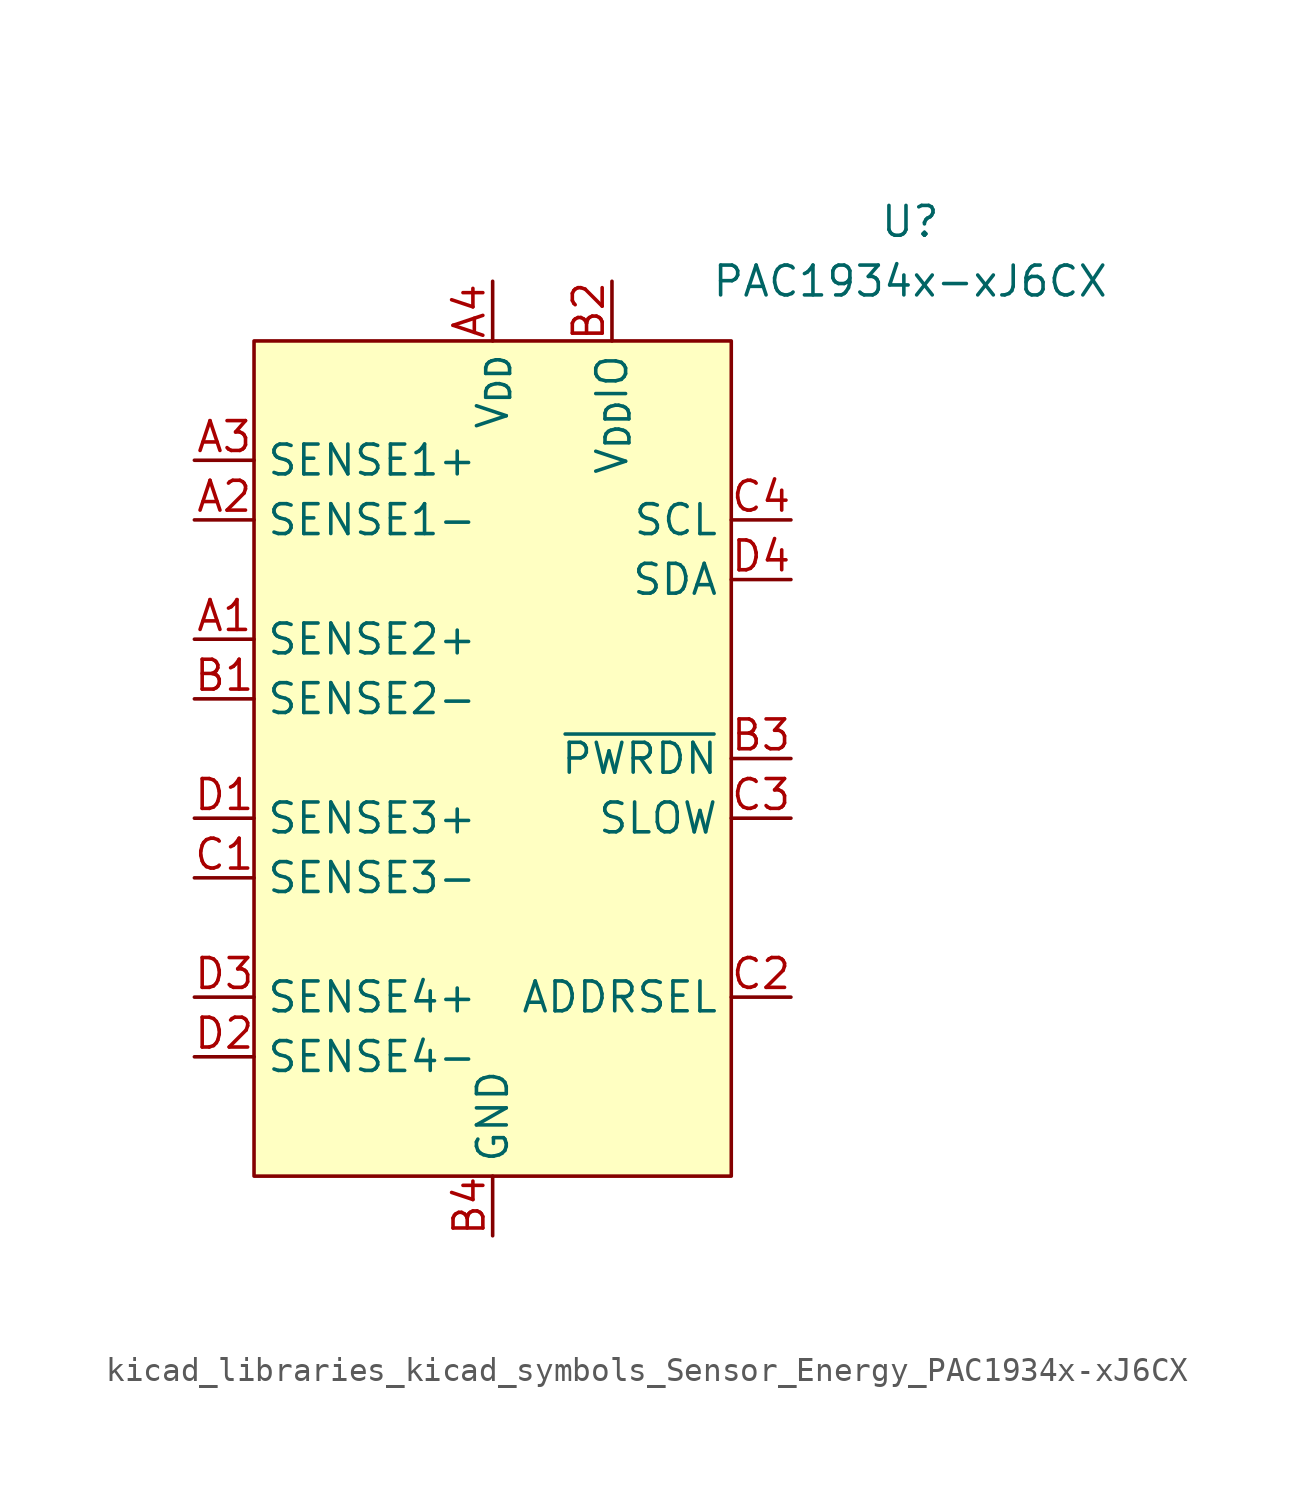
<source format=kicad_sym>
(kicad_symbol_lib
  (version 20220914)
  (generator kicad_symbol_editor)
  (symbol "kicad_libraries_kicad_symbols_Sensor_Energy_PAC1934x-xJ6CX"
    (property "Reference" "U"
      (at 17.78 22.86 0)
      (effects (font (size 1.27 1.27))))
    (property "Value" "PAC1934x-xJ6CX"
      (at 17.78 20.32 0)
      (effects (font (size 1.27 1.27))))
    (symbol "kicad_libraries_kicad_symbols_Sensor_Energy_PAC1934x-xJ6CX_0_0"
      (pin input line (at -12.7 5.08 0) (length 2.54) (name "SENSE2+" (effects (font (size 1.27 1.27)))) (number "A1" (effects (font (size 1.27 1.27)))))
      (pin input line (at -12.7 10.16 0) (length 2.54) (name "SENSE1-" (effects (font (size 1.27 1.27)))) (number "A2" (effects (font (size 1.27 1.27)))))
      (pin input line (at -12.7 12.7 0) (length 2.54) (name "SENSE1+" (effects (font (size 1.27 1.27)))) (number "A3" (effects (font (size 1.27 1.27)))))
      (pin power_in line (at 0 20.32 270) (length 2.54) (name "V_{DD}" (effects (font (size 1.27 1.27)))) (number "A4" (effects (font (size 1.27 1.27)))))
      (pin input line (at -12.7 2.54 0) (length 2.54) (name "SENSE2-" (effects (font (size 1.27 1.27)))) (number "B1" (effects (font (size 1.27 1.27)))))
      (pin input line (at 5.08 20.32 270) (length 2.54) (name "V_{DD}IO" (effects (font (size 1.27 1.27)))) (number "B2" (effects (font (size 1.27 1.27)))))
      (pin input line (at 12.7 0 180) (length 2.54) (name "~{PWRDN}" (effects (font (size 1.27 1.27)))) (number "B3" (effects (font (size 1.27 1.27)))))
      (pin power_in line (at 0 -20.32 90) (length 2.54) (name "GND" (effects (font (size 1.27 1.27)))) (number "B4" (effects (font (size 1.27 1.27)))))
      (pin input line (at -12.7 -5.08 0) (length 2.54) (name "SENSE3-" (effects (font (size 1.27 1.27)))) (number "C1" (effects (font (size 1.27 1.27)))))
      (pin passive line (at 12.7 -10.16 180) (length 2.54) (name "ADDRSEL" (effects (font (size 1.27 1.27)))) (number "C2" (effects (font (size 1.27 1.27)))))
      (pin input line (at 12.7 -2.54 180) (length 2.54) (name "SLOW" (effects (font (size 1.27 1.27)))) (number "C3" (effects (font (size 1.27 1.27)))) (alternate "~{ALERT1}" open_collector line))
      (pin input line (at 12.7 10.16 180) (length 2.54) (name "SCL" (effects (font (size 1.27 1.27)))) (number "C4" (effects (font (size 1.27 1.27)))) (alternate "SM_CLK" input line))
      (pin input line (at -12.7 -2.54 0) (length 2.54) (name "SENSE3+" (effects (font (size 1.27 1.27)))) (number "D1" (effects (font (size 1.27 1.27)))))
      (pin input line (at -12.7 -12.7 0) (length 2.54) (name "SENSE4-" (effects (font (size 1.27 1.27)))) (number "D2" (effects (font (size 1.27 1.27)))))
      (pin input line (at -12.7 -10.16 0) (length 2.54) (name "SENSE4+" (effects (font (size 1.27 1.27)))) (number "D3" (effects (font (size 1.27 1.27)))))
      (pin bidirectional line (at 12.7 7.62 180) (length 2.54) (name "SDA" (effects (font (size 1.27 1.27)))) (number "D4" (effects (font (size 1.27 1.27)))) (alternate "SM_DATA" bidirectional line)))
    (symbol "kicad_libraries_kicad_symbols_Sensor_Energy_PAC1934x-xJ6CX_0_1"
      (rectangle (start -10.16 17.78) (end 10.16 -17.78) (stroke (width 0) (type default)) (fill (type background))))))
</source>
